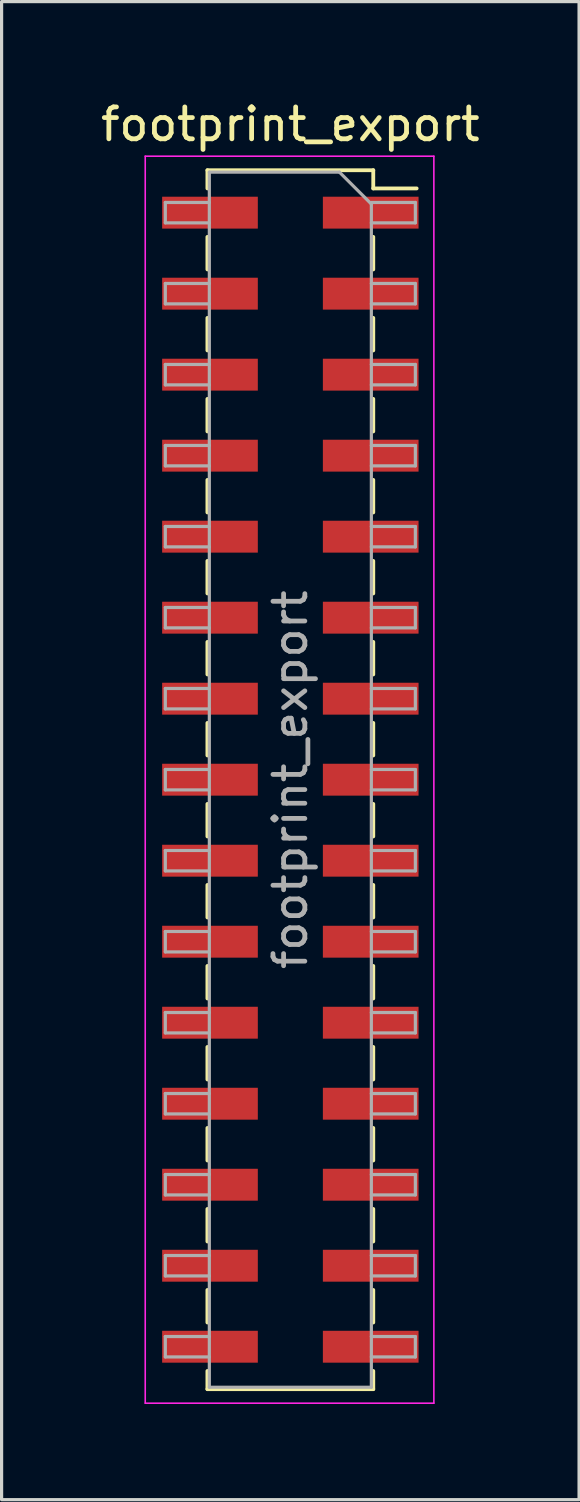
<source format=kicad_pcb>
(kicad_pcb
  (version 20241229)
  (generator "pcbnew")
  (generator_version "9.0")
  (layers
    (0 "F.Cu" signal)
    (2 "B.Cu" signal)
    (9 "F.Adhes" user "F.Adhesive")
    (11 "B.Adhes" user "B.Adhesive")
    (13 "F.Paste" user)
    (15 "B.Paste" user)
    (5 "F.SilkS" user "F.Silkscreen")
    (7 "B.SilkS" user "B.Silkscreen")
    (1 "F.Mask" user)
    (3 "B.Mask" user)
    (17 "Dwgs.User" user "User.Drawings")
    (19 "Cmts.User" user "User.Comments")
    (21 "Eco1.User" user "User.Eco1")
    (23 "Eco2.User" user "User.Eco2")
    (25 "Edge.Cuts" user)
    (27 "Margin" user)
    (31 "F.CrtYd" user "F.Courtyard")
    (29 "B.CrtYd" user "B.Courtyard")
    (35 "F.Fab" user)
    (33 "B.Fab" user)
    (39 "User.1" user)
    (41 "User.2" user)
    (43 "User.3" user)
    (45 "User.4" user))
  (footprint "footprint_export"
    (layer "F.Cu")
    (at 6.054 21.398)
    (property "Reference" "footprint_export" (at 0 -20.55 0) (layer "F.SilkS") (effects (font (size 1 1) (thickness 0.15))))
    (attr smd)
    (fp_line (start -2.6 -19.11) (end -2.6 -18.54) (stroke (width 0.12) (type solid)) (layer "F.SilkS"))
    (fp_line (start -2.6 -19.11) (end 2.6 -19.11) (stroke (width 0.12) (type solid)) (layer "F.SilkS"))
    (fp_line (start -2.6 -17.02) (end -2.6 -16) (stroke (width 0.12) (type solid)) (layer "F.SilkS"))
    (fp_line (start -2.6 -14.48) (end -2.6 -13.46) (stroke (width 0.12) (type solid)) (layer "F.SilkS"))
    (fp_line (start -2.6 -11.94) (end -2.6 -10.92) (stroke (width 0.12) (type solid)) (layer "F.SilkS"))
    (fp_line (start -2.6 -9.4) (end -2.6 -8.38) (stroke (width 0.12) (type solid)) (layer "F.SilkS"))
    (fp_line (start -2.6 -6.86) (end -2.6 -5.84) (stroke (width 0.12) (type solid)) (layer "F.SilkS"))
    (fp_line (start -2.6 -4.32) (end -2.6 -3.3) (stroke (width 0.12) (type solid)) (layer "F.SilkS"))
    (fp_line (start -2.6 -1.78) (end -2.6 -0.76) (stroke (width 0.12) (type solid)) (layer "F.SilkS"))
    (fp_line (start -2.6 0.76) (end -2.6 1.78) (stroke (width 0.12) (type solid)) (layer "F.SilkS"))
    (fp_line (start -2.6 3.3) (end -2.6 4.32) (stroke (width 0.12) (type solid)) (layer "F.SilkS"))
    (fp_line (start -2.6 5.84) (end -2.6 6.86) (stroke (width 0.12) (type solid)) (layer "F.SilkS"))
    (fp_line (start -2.6 8.38) (end -2.6 9.4) (stroke (width 0.12) (type solid)) (layer "F.SilkS"))
    (fp_line (start -2.6 10.92) (end -2.6 11.94) (stroke (width 0.12) (type solid)) (layer "F.SilkS"))
    (fp_line (start -2.6 13.46) (end -2.6 14.48) (stroke (width 0.12) (type solid)) (layer "F.SilkS"))
    (fp_line (start -2.6 16) (end -2.6 17.02) (stroke (width 0.12) (type solid)) (layer "F.SilkS"))
    (fp_line (start -2.6 18.54) (end -2.6 19.11) (stroke (width 0.12) (type solid)) (layer "F.SilkS"))
    (fp_line (start -2.6 19.11) (end 2.6 19.11) (stroke (width 0.12) (type solid)) (layer "F.SilkS"))
    (fp_line (start 2.6 -19.11) (end 2.6 -18.54) (stroke (width 0.12) (type solid)) (layer "F.SilkS"))
    (fp_line (start 2.6 -18.54) (end 3.96 -18.54) (stroke (width 0.12) (type solid)) (layer "F.SilkS"))
    (fp_line (start 2.6 -17.02) (end 2.6 -16) (stroke (width 0.12) (type solid)) (layer "F.SilkS"))
    (fp_line (start 2.6 -14.48) (end 2.6 -13.46) (stroke (width 0.12) (type solid)) (layer "F.SilkS"))
    (fp_line (start 2.6 -11.94) (end 2.6 -10.92) (stroke (width 0.12) (type solid)) (layer "F.SilkS"))
    (fp_line (start 2.6 -9.4) (end 2.6 -8.38) (stroke (width 0.12) (type solid)) (layer "F.SilkS"))
    (fp_line (start 2.6 -6.86) (end 2.6 -5.84) (stroke (width 0.12) (type solid)) (layer "F.SilkS"))
    (fp_line (start 2.6 -4.32) (end 2.6 -3.3) (stroke (width 0.12) (type solid)) (layer "F.SilkS"))
    (fp_line (start 2.6 -1.78) (end 2.6 -0.76) (stroke (width 0.12) (type solid)) (layer "F.SilkS"))
    (fp_line (start 2.6 0.76) (end 2.6 1.78) (stroke (width 0.12) (type solid)) (layer "F.SilkS"))
    (fp_line (start 2.6 3.3) (end 2.6 4.32) (stroke (width 0.12) (type solid)) (layer "F.SilkS"))
    (fp_line (start 2.6 5.84) (end 2.6 6.86) (stroke (width 0.12) (type solid)) (layer "F.SilkS"))
    (fp_line (start 2.6 8.38) (end 2.6 9.4) (stroke (width 0.12) (type solid)) (layer "F.SilkS"))
    (fp_line (start 2.6 10.92) (end 2.6 11.94) (stroke (width 0.12) (type solid)) (layer "F.SilkS"))
    (fp_line (start 2.6 13.46) (end 2.6 14.48) (stroke (width 0.12) (type solid)) (layer "F.SilkS"))
    (fp_line (start 2.6 16) (end 2.6 17.02) (stroke (width 0.12) (type solid)) (layer "F.SilkS"))
    (fp_line (start 2.6 18.54) (end 2.6 19.11) (stroke (width 0.12) (type solid)) (layer "F.SilkS"))
    (fp_line (start -4.55 -19.55) (end 4.5 -19.55) (stroke (width 0.05) (type solid)) (layer "F.CrtYd"))
    (fp_line (start -4.55 19.55) (end -4.55 -19.55) (stroke (width 0.05) (type solid)) (layer "F.CrtYd"))
    (fp_line (start 4.5 -19.55) (end 4.5 19.55) (stroke (width 0.05) (type solid)) (layer "F.CrtYd"))
    (fp_line (start 4.5 19.55) (end -4.55 19.55) (stroke (width 0.05) (type solid)) (layer "F.CrtYd"))
    (fp_line (start -3.92 -18.1) (end -2.54 -18.1) (stroke (width 0.1) (type solid)) (layer "F.Fab"))
    (fp_line (start -3.92 -17.46) (end -3.92 -18.1) (stroke (width 0.1) (type solid)) (layer "F.Fab"))
    (fp_line (start -3.92 -15.56) (end -2.54 -15.56) (stroke (width 0.1) (type solid)) (layer "F.Fab"))
    (fp_line (start -3.92 -14.92) (end -3.92 -15.56) (stroke (width 0.1) (type solid)) (layer "F.Fab"))
    (fp_line (start -3.92 -13.02) (end -2.54 -13.02) (stroke (width 0.1) (type solid)) (layer "F.Fab"))
    (fp_line (start -3.92 -12.38) (end -3.92 -13.02) (stroke (width 0.1) (type solid)) (layer "F.Fab"))
    (fp_line (start -3.92 -10.48) (end -2.54 -10.48) (stroke (width 0.1) (type solid)) (layer "F.Fab"))
    (fp_line (start -3.92 -9.84) (end -3.92 -10.48) (stroke (width 0.1) (type solid)) (layer "F.Fab"))
    (fp_line (start -3.92 -7.94) (end -2.54 -7.94) (stroke (width 0.1) (type solid)) (layer "F.Fab"))
    (fp_line (start -3.92 -7.3) (end -3.92 -7.94) (stroke (width 0.1) (type solid)) (layer "F.Fab"))
    (fp_line (start -3.92 -5.4) (end -2.54 -5.4) (stroke (width 0.1) (type solid)) (layer "F.Fab"))
    (fp_line (start -3.92 -4.76) (end -3.92 -5.4) (stroke (width 0.1) (type solid)) (layer "F.Fab"))
    (fp_line (start -3.92 -2.86) (end -2.54 -2.86) (stroke (width 0.1) (type solid)) (layer "F.Fab"))
    (fp_line (start -3.92 -2.22) (end -3.92 -2.86) (stroke (width 0.1) (type solid)) (layer "F.Fab"))
    (fp_line (start -3.92 -0.32) (end -2.54 -0.32) (stroke (width 0.1) (type solid)) (layer "F.Fab"))
    (fp_line (start -3.92 0.32) (end -3.92 -0.32) (stroke (width 0.1) (type solid)) (layer "F.Fab"))
    (fp_line (start -3.92 2.22) (end -2.54 2.22) (stroke (width 0.1) (type solid)) (layer "F.Fab"))
    (fp_line (start -3.92 2.86) (end -3.92 2.22) (stroke (width 0.1) (type solid)) (layer "F.Fab"))
    (fp_line (start -3.92 4.76) (end -2.54 4.76) (stroke (width 0.1) (type solid)) (layer "F.Fab"))
    (fp_line (start -3.92 5.4) (end -3.92 4.76) (stroke (width 0.1) (type solid)) (layer "F.Fab"))
    (fp_line (start -3.92 7.3) (end -2.54 7.3) (stroke (width 0.1) (type solid)) (layer "F.Fab"))
    (fp_line (start -3.92 7.94) (end -3.92 7.3) (stroke (width 0.1) (type solid)) (layer "F.Fab"))
    (fp_line (start -3.92 9.84) (end -2.54 9.84) (stroke (width 0.1) (type solid)) (layer "F.Fab"))
    (fp_line (start -3.92 10.48) (end -3.92 9.84) (stroke (width 0.1) (type solid)) (layer "F.Fab"))
    (fp_line (start -3.92 12.38) (end -2.54 12.38) (stroke (width 0.1) (type solid)) (layer "F.Fab"))
    (fp_line (start -3.92 13.02) (end -3.92 12.38) (stroke (width 0.1) (type solid)) (layer "F.Fab"))
    (fp_line (start -3.92 14.92) (end -2.54 14.92) (stroke (width 0.1) (type solid)) (layer "F.Fab"))
    (fp_line (start -3.92 15.56) (end -3.92 14.92) (stroke (width 0.1) (type solid)) (layer "F.Fab"))
    (fp_line (start -3.92 17.46) (end -2.54 17.46) (stroke (width 0.1) (type solid)) (layer "F.Fab"))
    (fp_line (start -3.92 18.1) (end -3.92 17.46) (stroke (width 0.1) (type solid)) (layer "F.Fab"))
    (fp_line (start -2.54 -19.05) (end 1.54 -19.05) (stroke (width 0.1) (type solid)) (layer "F.Fab"))
    (fp_line (start -2.54 -17.46) (end -3.92 -17.46) (stroke (width 0.1) (type solid)) (layer "F.Fab"))
    (fp_line (start -2.54 -14.92) (end -3.92 -14.92) (stroke (width 0.1) (type solid)) (layer "F.Fab"))
    (fp_line (start -2.54 -12.38) (end -3.92 -12.38) (stroke (width 0.1) (type solid)) (layer "F.Fab"))
    (fp_line (start -2.54 -9.84) (end -3.92 -9.84) (stroke (width 0.1) (type solid)) (layer "F.Fab"))
    (fp_line (start -2.54 -7.3) (end -3.92 -7.3) (stroke (width 0.1) (type solid)) (layer "F.Fab"))
    (fp_line (start -2.54 -4.76) (end -3.92 -4.76) (stroke (width 0.1) (type solid)) (layer "F.Fab"))
    (fp_line (start -2.54 -2.22) (end -3.92 -2.22) (stroke (width 0.1) (type solid)) (layer "F.Fab"))
    (fp_line (start -2.54 0.32) (end -3.92 0.32) (stroke (width 0.1) (type solid)) (layer "F.Fab"))
    (fp_line (start -2.54 2.86) (end -3.92 2.86) (stroke (width 0.1) (type solid)) (layer "F.Fab"))
    (fp_line (start -2.54 5.4) (end -3.92 5.4) (stroke (width 0.1) (type solid)) (layer "F.Fab"))
    (fp_line (start -2.54 7.94) (end -3.92 7.94) (stroke (width 0.1) (type solid)) (layer "F.Fab"))
    (fp_line (start -2.54 10.48) (end -3.92 10.48) (stroke (width 0.1) (type solid)) (layer "F.Fab"))
    (fp_line (start -2.54 13.02) (end -3.92 13.02) (stroke (width 0.1) (type solid)) (layer "F.Fab"))
    (fp_line (start -2.54 15.56) (end -3.92 15.56) (stroke (width 0.1) (type solid)) (layer "F.Fab"))
    (fp_line (start -2.54 18.1) (end -3.92 18.1) (stroke (width 0.1) (type solid)) (layer "F.Fab"))
    (fp_line (start -2.54 19.05) (end -2.54 -19.05) (stroke (width 0.1) (type solid)) (layer "F.Fab"))
    (fp_line (start 1.54 -19.05) (end 2.54 -18.05) (stroke (width 0.1) (type solid)) (layer "F.Fab"))
    (fp_line (start 2.54 -18.1) (end 3.92 -18.1) (stroke (width 0.1) (type solid)) (layer "F.Fab"))
    (fp_line (start 2.54 -18.05) (end 2.54 19.05) (stroke (width 0.1) (type solid)) (layer "F.Fab"))
    (fp_line (start 2.54 -15.56) (end 3.92 -15.56) (stroke (width 0.1) (type solid)) (layer "F.Fab"))
    (fp_line (start 2.54 -13.02) (end 3.92 -13.02) (stroke (width 0.1) (type solid)) (layer "F.Fab"))
    (fp_line (start 2.54 -10.48) (end 3.92 -10.48) (stroke (width 0.1) (type solid)) (layer "F.Fab"))
    (fp_line (start 2.54 -7.94) (end 3.92 -7.94) (stroke (width 0.1) (type solid)) (layer "F.Fab"))
    (fp_line (start 2.54 -5.4) (end 3.92 -5.4) (stroke (width 0.1) (type solid)) (layer "F.Fab"))
    (fp_line (start 2.54 -2.86) (end 3.92 -2.86) (stroke (width 0.1) (type solid)) (layer "F.Fab"))
    (fp_line (start 2.54 -0.32) (end 3.92 -0.32) (stroke (width 0.1) (type solid)) (layer "F.Fab"))
    (fp_line (start 2.54 2.22) (end 3.92 2.22) (stroke (width 0.1) (type solid)) (layer "F.Fab"))
    (fp_line (start 2.54 4.76) (end 3.92 4.76) (stroke (width 0.1) (type solid)) (layer "F.Fab"))
    (fp_line (start 2.54 7.3) (end 3.92 7.3) (stroke (width 0.1) (type solid)) (layer "F.Fab"))
    (fp_line (start 2.54 9.84) (end 3.92 9.84) (stroke (width 0.1) (type solid)) (layer "F.Fab"))
    (fp_line (start 2.54 12.38) (end 3.92 12.38) (stroke (width 0.1) (type solid)) (layer "F.Fab"))
    (fp_line (start 2.54 14.92) (end 3.92 14.92) (stroke (width 0.1) (type solid)) (layer "F.Fab"))
    (fp_line (start 2.54 17.46) (end 3.92 17.46) (stroke (width 0.1) (type solid)) (layer "F.Fab"))
    (fp_line (start 2.54 19.05) (end -2.54 19.05) (stroke (width 0.1) (type solid)) (layer "F.Fab"))
    (fp_line (start 3.92 -18.1) (end 3.92 -17.46) (stroke (width 0.1) (type solid)) (layer "F.Fab"))
    (fp_line (start 3.92 -17.46) (end 2.54 -17.46) (stroke (width 0.1) (type solid)) (layer "F.Fab"))
    (fp_line (start 3.92 -15.56) (end 3.92 -14.92) (stroke (width 0.1) (type solid)) (layer "F.Fab"))
    (fp_line (start 3.92 -14.92) (end 2.54 -14.92) (stroke (width 0.1) (type solid)) (layer "F.Fab"))
    (fp_line (start 3.92 -13.02) (end 3.92 -12.38) (stroke (width 0.1) (type solid)) (layer "F.Fab"))
    (fp_line (start 3.92 -12.38) (end 2.54 -12.38) (stroke (width 0.1) (type solid)) (layer "F.Fab"))
    (fp_line (start 3.92 -10.48) (end 3.92 -9.84) (stroke (width 0.1) (type solid)) (layer "F.Fab"))
    (fp_line (start 3.92 -9.84) (end 2.54 -9.84) (stroke (width 0.1) (type solid)) (layer "F.Fab"))
    (fp_line (start 3.92 -7.94) (end 3.92 -7.3) (stroke (width 0.1) (type solid)) (layer "F.Fab"))
    (fp_line (start 3.92 -7.3) (end 2.54 -7.3) (stroke (width 0.1) (type solid)) (layer "F.Fab"))
    (fp_line (start 3.92 -5.4) (end 3.92 -4.76) (stroke (width 0.1) (type solid)) (layer "F.Fab"))
    (fp_line (start 3.92 -4.76) (end 2.54 -4.76) (stroke (width 0.1) (type solid)) (layer "F.Fab"))
    (fp_line (start 3.92 -2.86) (end 3.92 -2.22) (stroke (width 0.1) (type solid)) (layer "F.Fab"))
    (fp_line (start 3.92 -2.22) (end 2.54 -2.22) (stroke (width 0.1) (type solid)) (layer "F.Fab"))
    (fp_line (start 3.92 -0.32) (end 3.92 0.32) (stroke (width 0.1) (type solid)) (layer "F.Fab"))
    (fp_line (start 3.92 0.32) (end 2.54 0.32) (stroke (width 0.1) (type solid)) (layer "F.Fab"))
    (fp_line (start 3.92 2.22) (end 3.92 2.86) (stroke (width 0.1) (type solid)) (layer "F.Fab"))
    (fp_line (start 3.92 2.86) (end 2.54 2.86) (stroke (width 0.1) (type solid)) (layer "F.Fab"))
    (fp_line (start 3.92 4.76) (end 3.92 5.4) (stroke (width 0.1) (type solid)) (layer "F.Fab"))
    (fp_line (start 3.92 5.4) (end 2.54 5.4) (stroke (width 0.1) (type solid)) (layer "F.Fab"))
    (fp_line (start 3.92 7.3) (end 3.92 7.94) (stroke (width 0.1) (type solid)) (layer "F.Fab"))
    (fp_line (start 3.92 7.94) (end 2.54 7.94) (stroke (width 0.1) (type solid)) (layer "F.Fab"))
    (fp_line (start 3.92 9.84) (end 3.92 10.48) (stroke (width 0.1) (type solid)) (layer "F.Fab"))
    (fp_line (start 3.92 10.48) (end 2.54 10.48) (stroke (width 0.1) (type solid)) (layer "F.Fab"))
    (fp_line (start 3.92 12.38) (end 3.92 13.02) (stroke (width 0.1) (type solid)) (layer "F.Fab"))
    (fp_line (start 3.92 13.02) (end 2.54 13.02) (stroke (width 0.1) (type solid)) (layer "F.Fab"))
    (fp_line (start 3.92 14.92) (end 3.92 15.56) (stroke (width 0.1) (type solid)) (layer "F.Fab"))
    (fp_line (start 3.92 15.56) (end 2.54 15.56) (stroke (width 0.1) (type solid)) (layer "F.Fab"))
    (fp_line (start 3.92 17.46) (end 3.92 18.1) (stroke (width 0.1) (type solid)) (layer "F.Fab"))
    (fp_line (start 3.92 18.1) (end 2.54 18.1) (stroke (width 0.1) (type solid)) (layer "F.Fab"))
    (fp_text user "${REFERENCE}" (at 0 0 90) (layer "F.Fab") (effects (font (size 1 1) (thickness 0.15))))
    (pad "1" smd rect (at 2.52 -17.78) (size 3 1) (layers "F.Cu" "F.Mask" "F.Paste"))
    (pad "2" smd rect (at -2.52 -17.78) (size 3 1) (layers "F.Cu" "F.Mask" "F.Paste"))
    (pad "3" smd rect (at 2.52 -15.24) (size 3 1) (layers "F.Cu" "F.Mask" "F.Paste"))
    (pad "4" smd rect (at -2.52 -15.24) (size 3 1) (layers "F.Cu" "F.Mask" "F.Paste"))
    (pad "5" smd rect (at 2.52 -12.7) (size 3 1) (layers "F.Cu" "F.Mask" "F.Paste"))
    (pad "6" smd rect (at -2.52 -12.7) (size 3 1) (layers "F.Cu" "F.Mask" "F.Paste"))
    (pad "7" smd rect (at 2.52 -10.16) (size 3 1) (layers "F.Cu" "F.Mask" "F.Paste"))
    (pad "8" smd rect (at -2.52 -10.16) (size 3 1) (layers "F.Cu" "F.Mask" "F.Paste"))
    (pad "9" smd rect (at 2.52 -7.62) (size 3 1) (layers "F.Cu" "F.Mask" "F.Paste"))
    (pad "10" smd rect (at -2.52 -7.62) (size 3 1) (layers "F.Cu" "F.Mask" "F.Paste"))
    (pad "11" smd rect (at 2.52 -5.08) (size 3 1) (layers "F.Cu" "F.Mask" "F.Paste"))
    (pad "12" smd rect (at -2.52 -5.08) (size 3 1) (layers "F.Cu" "F.Mask" "F.Paste"))
    (pad "13" smd rect (at 2.52 -2.54) (size 3 1) (layers "F.Cu" "F.Mask" "F.Paste"))
    (pad "14" smd rect (at -2.52 -2.54) (size 3 1) (layers "F.Cu" "F.Mask" "F.Paste"))
    (pad "15" smd rect (at 2.52 0) (size 3 1) (layers "F.Cu" "F.Mask" "F.Paste"))
    (pad "16" smd rect (at -2.52 0) (size 3 1) (layers "F.Cu" "F.Mask" "F.Paste"))
    (pad "17" smd rect (at 2.52 2.54) (size 3 1) (layers "F.Cu" "F.Mask" "F.Paste"))
    (pad "18" smd rect (at -2.52 2.54) (size 3 1) (layers "F.Cu" "F.Mask" "F.Paste"))
    (pad "19" smd rect (at 2.52 5.08) (size 3 1) (layers "F.Cu" "F.Mask" "F.Paste"))
    (pad "20" smd rect (at -2.52 5.08) (size 3 1) (layers "F.Cu" "F.Mask" "F.Paste"))
    (pad "21" smd rect (at 2.52 7.62) (size 3 1) (layers "F.Cu" "F.Mask" "F.Paste"))
    (pad "22" smd rect (at -2.52 7.62) (size 3 1) (layers "F.Cu" "F.Mask" "F.Paste"))
    (pad "23" smd rect (at 2.52 10.16) (size 3 1) (layers "F.Cu" "F.Mask" "F.Paste"))
    (pad "24" smd rect (at -2.52 10.16) (size 3 1) (layers "F.Cu" "F.Mask" "F.Paste"))
    (pad "25" smd rect (at 2.52 12.7) (size 3 1) (layers "F.Cu" "F.Mask" "F.Paste"))
    (pad "26" smd rect (at -2.52 12.7) (size 3 1) (layers "F.Cu" "F.Mask" "F.Paste"))
    (pad "27" smd rect (at 2.52 15.24) (size 3 1) (layers "F.Cu" "F.Mask" "F.Paste"))
    (pad "28" smd rect (at -2.52 15.24) (size 3 1) (layers "F.Cu" "F.Mask" "F.Paste"))
    (pad "29" smd rect (at 2.52 17.78) (size 3 1) (layers "F.Cu" "F.Mask" "F.Paste"))
    (pad "30" smd rect (at -2.52 17.78) (size 3 1) (layers "F.Cu" "F.Mask" "F.Paste")))
  (gr_rect
    (start -3 -3)
    (end 15.107 43.973)
    (stroke (width 0.1) (type default))
    (fill no)
    (layer "Edge.Cuts")))
</source>
